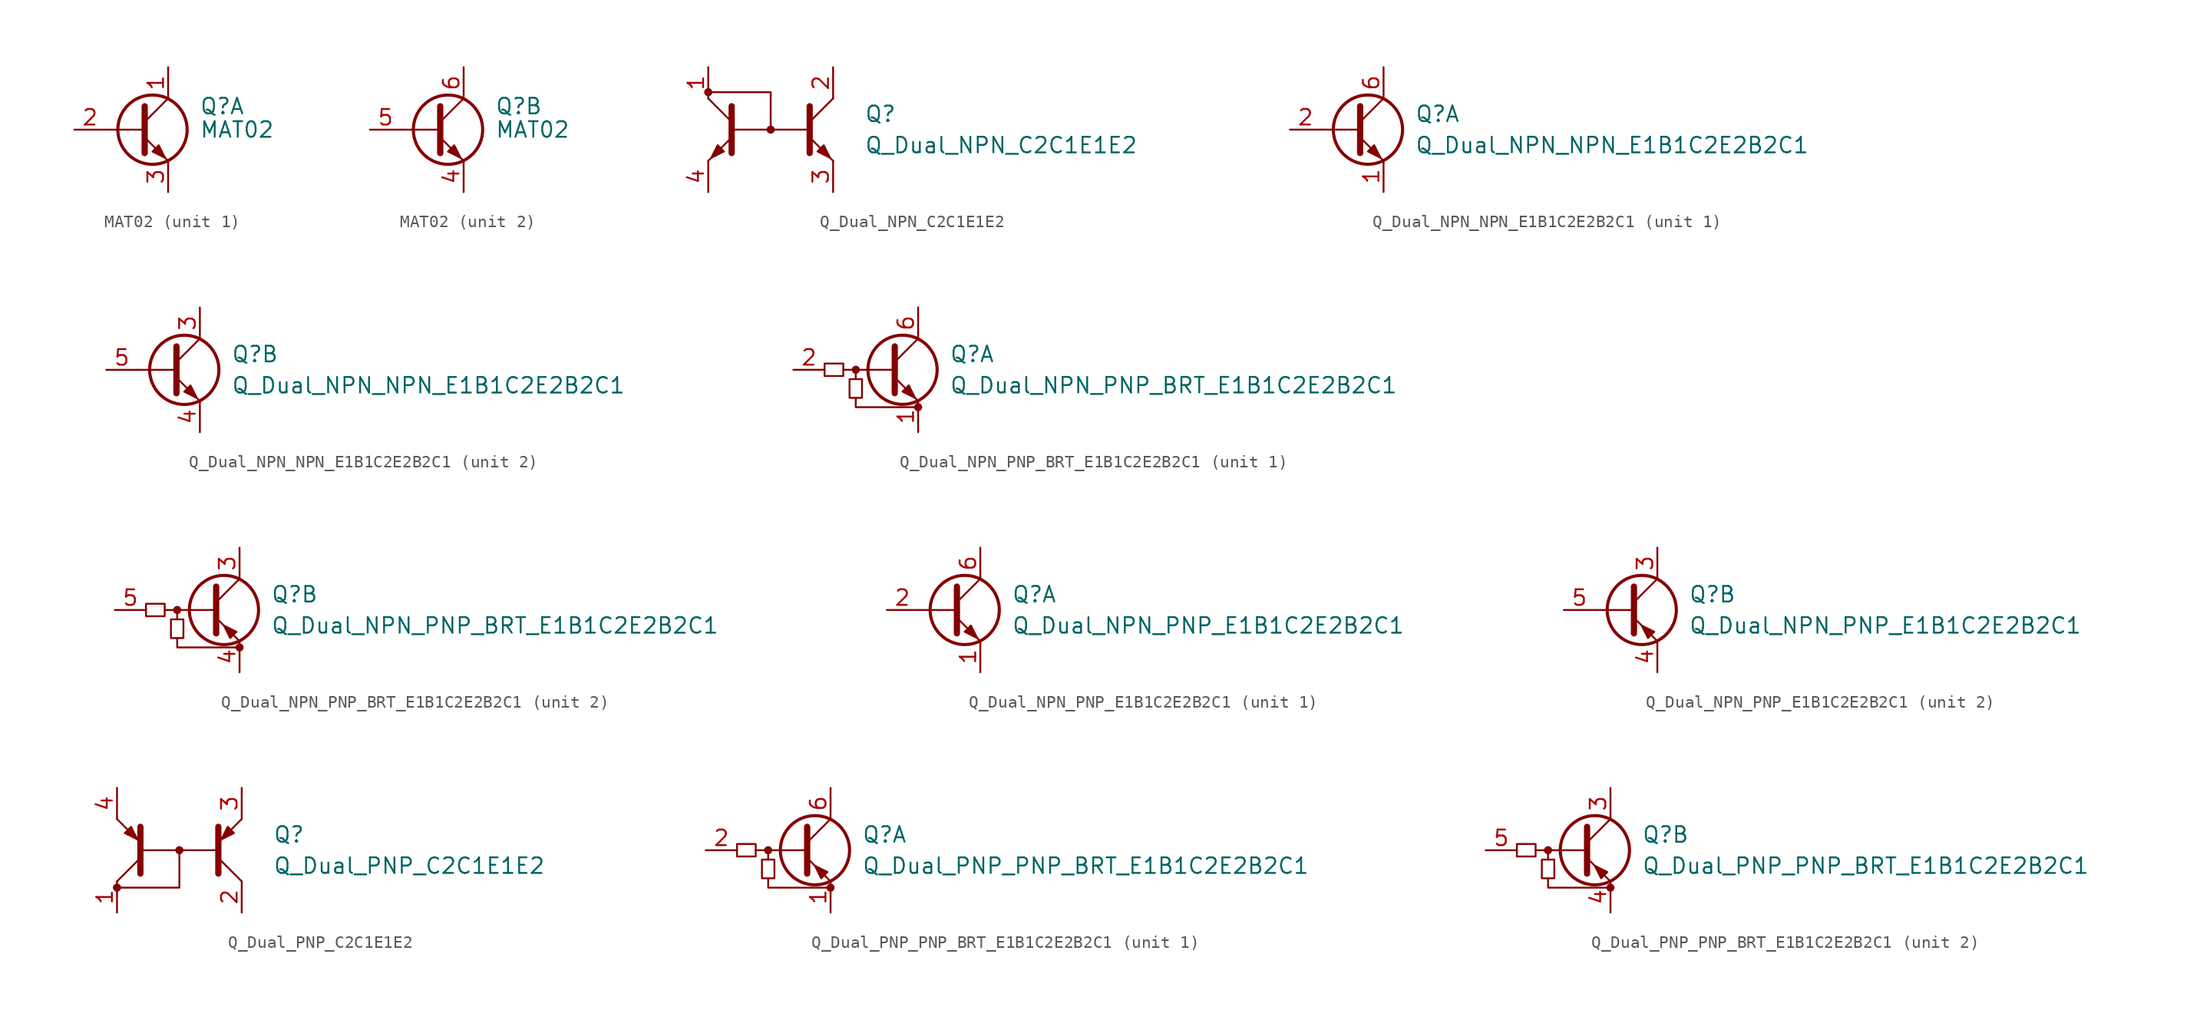
<source format=kicad_sym>
(kicad_symbol_lib
  (version 20241209)
  (generator "kicad_symbol_editor")
  (generator_version "9.0")
  (symbol "MAT02"
    (pin_names
      (offset 0)
      (hide yes))
    (property "Reference" "Q"
      (at 5.08 1.905 0)
      (effects (font (size 1.27 1.27)) (justify left)))
    (property "Value" "MAT02"
      (at 5.08 0 0)
      (effects (font (size 1.27 1.27)) (justify left)))
    (symbol "MAT02_0_1"
      (polyline (pts (xy -2.54 0) (xy 0.635 0)) (stroke (width 0) (type default)) (fill (type none)))
      (polyline (pts (xy 0.635 1.905) (xy 0.635 -1.905) (xy 0.635 -1.905)) (stroke (width 0.508) (type default)) (fill (type none)))
      (polyline (pts (xy 0.635 0.635) (xy 2.54 2.54)) (stroke (width 0) (type default)) (fill (type none)))
      (polyline (pts (xy 0.635 -0.635) (xy 2.54 -2.54) (xy 2.54 -2.54)) (stroke (width 0) (type default)) (fill (type none)))
      (circle (center 1.27 0) (radius 2.819) (stroke (width 0.254) (type default)) (fill (type none)))
      (polyline (pts (xy 1.27 -1.778) (xy 1.778 -1.27) (xy 2.286 -2.286) (xy 1.27 -1.778) (xy 1.27 -1.778)) (stroke (width 0) (type default)) (fill (type outline))))
    (symbol "MAT02_1_1"
      (pin input line (at -5.08 0 0) (length 2.54) (name "B" (effects (font (size 1.27 1.27)))) (number "2" (effects (font (size 1.27 1.27)))))
      (pin passive line (at 2.54 5.08 270) (length 2.54) (name "C" (effects (font (size 1.27 1.27)))) (number "1" (effects (font (size 1.27 1.27)))))
      (pin passive line (at 2.54 -5.08 90) (length 2.54) (name "E" (effects (font (size 1.27 1.27)))) (number "3" (effects (font (size 1.27 1.27))))))
    (symbol "MAT02_2_1"
      (pin input line (at -5.08 0 0) (length 2.54) (name "B" (effects (font (size 1.27 1.27)))) (number "5" (effects (font (size 1.27 1.27)))))
      (pin passive line (at 2.54 5.08 270) (length 2.54) (name "C" (effects (font (size 1.27 1.27)))) (number "6" (effects (font (size 1.27 1.27)))))
      (pin passive line (at 2.54 -5.08 90) (length 2.54) (name "E" (effects (font (size 1.27 1.27)))) (number "4" (effects (font (size 1.27 1.27)))))))
  (symbol "Q_Dual_NPN_C2C1E1E2"
    (pin_names
      (offset 0)
      (hide yes))
    (property "Reference" "Q"
      (at 7.62 1.27 0)
      (effects (font (size 1.27 1.27)) (justify left)))
    (property "Value" "Q_Dual_NPN_C2C1E1E2"
      (at 7.62 -1.27 0)
      (effects (font (size 1.27 1.27)) (justify left)))
    (symbol "Q_Dual_NPN_C2C1E1E2_0_1"
      (circle (center -5.08 3.048) (radius 0.254) (stroke (width 0) (type default)) (fill (type outline)))
      (polyline (pts (xy -5.08 2.54) (xy -3.175 0.635)) (stroke (width 0) (type default)) (fill (type none)))
      (polyline (pts (xy -5.08 -2.54) (xy -3.175 -0.635)) (stroke (width 0) (type default)) (fill (type none)))
      (polyline (pts (xy -3.81 -1.778) (xy -4.318 -1.27) (xy -4.826 -2.286) (xy -3.81 -1.778)) (stroke (width 0) (type default)) (fill (type outline)))
      (polyline (pts (xy -3.175 -1.905) (xy -3.175 1.905)) (stroke (width 0.508) (type default)) (fill (type outline)))
      (polyline (pts (xy 0 0) (xy 0 3.048) (xy -5.08 3.048)) (stroke (width 0) (type default)) (fill (type none)))
      (circle (center 0 0) (radius 0.254) (stroke (width 0) (type default)) (fill (type outline)))
      (polyline (pts (xy 3.175 0) (xy -3.175 0)) (stroke (width 0) (type default)) (fill (type none)))
      (polyline (pts (xy 3.175 -1.905) (xy 3.175 1.905)) (stroke (width 0.508) (type default)) (fill (type outline)))
      (polyline (pts (xy 3.81 -1.778) (xy 4.318 -1.27) (xy 4.826 -2.286) (xy 3.81 -1.778)) (stroke (width 0) (type default)) (fill (type outline)))
      (polyline (pts (xy 5.08 2.54) (xy 3.175 0.635)) (stroke (width 0) (type default)) (fill (type none)))
      (polyline (pts (xy 5.08 -2.54) (xy 3.175 -0.635)) (stroke (width 0) (type default)) (fill (type none))))
    (symbol "Q_Dual_NPN_C2C1E1E2_1_1"
      (pin passive line (at -5.08 5.08 270) (length 2.54) (name "C2" (effects (font (size 1.27 1.27)))) (number "1" (effects (font (size 1.27 1.27)))))
      (pin passive line (at -5.08 -5.08 90) (length 2.54) (name "E2" (effects (font (size 1.27 1.27)))) (number "4" (effects (font (size 1.27 1.27)))))
      (pin passive line (at 5.08 5.08 270) (length 2.54) (name "C1" (effects (font (size 1.27 1.27)))) (number "2" (effects (font (size 1.27 1.27)))))
      (pin passive line (at 5.08 -5.08 90) (length 2.54) (name "E1" (effects (font (size 1.27 1.27)))) (number "3" (effects (font (size 1.27 1.27)))))))
  (symbol "Q_Dual_NPN_NPN_E1B1C2E2B2C1"
    (pin_names
      (offset 0)
      (hide yes))
    (property "Reference" "Q"
      (at 5.08 1.27 0)
      (effects (font (size 1.27 1.27)) (justify left)))
    (property "Value" "Q_Dual_NPN_NPN_E1B1C2E2B2C1"
      (at 5.08 -1.27 0)
      (effects (font (size 1.27 1.27)) (justify left)))
    (property "ki_locked" ""
      (at 0 0 0)
      (effects (font (size 1.27 1.27))))
    (symbol "Q_Dual_NPN_NPN_E1B1C2E2B2C1_0_1"
      (polyline (pts (xy 0.635 1.905) (xy 0.635 -1.905)) (stroke (width 0.508) (type default)) (fill (type none)))
      (polyline (pts (xy 0.635 0.635) (xy 2.54 2.54)) (stroke (width 0) (type default)) (fill (type none)))
      (polyline (pts (xy 0.635 0) (xy -2.54 0)) (stroke (width 0) (type default)) (fill (type none)))
      (polyline (pts (xy 0.635 -0.635) (xy 2.54 -2.54)) (stroke (width 0) (type default)) (fill (type none)))
      (circle (center 1.27 0) (radius 2.819) (stroke (width 0.254) (type default)) (fill (type none)))
      (polyline (pts (xy 1.27 -1.778) (xy 1.778 -1.27) (xy 2.286 -2.286) (xy 1.27 -1.778)) (stroke (width 0) (type default)) (fill (type outline))))
    (symbol "Q_Dual_NPN_NPN_E1B1C2E2B2C1_1_1"
      (pin input line (at -5.08 0 0) (length 2.54) (name "B1" (effects (font (size 1.27 1.27)))) (number "2" (effects (font (size 1.27 1.27)))))
      (pin passive line (at 2.54 5.08 270) (length 2.54) (name "C1" (effects (font (size 1.27 1.27)))) (number "6" (effects (font (size 1.27 1.27)))))
      (pin passive line (at 2.54 -5.08 90) (length 2.54) (name "E1" (effects (font (size 1.27 1.27)))) (number "1" (effects (font (size 1.27 1.27))))))
    (symbol "Q_Dual_NPN_NPN_E1B1C2E2B2C1_2_1"
      (pin input line (at -5.08 0 0) (length 2.54) (name "B2" (effects (font (size 1.27 1.27)))) (number "5" (effects (font (size 1.27 1.27)))))
      (pin passive line (at 2.54 5.08 270) (length 2.54) (name "C2" (effects (font (size 1.27 1.27)))) (number "3" (effects (font (size 1.27 1.27)))))
      (pin passive line (at 2.54 -5.08 90) (length 2.54) (name "E2" (effects (font (size 1.27 1.27)))) (number "4" (effects (font (size 1.27 1.27)))))))
  (symbol "Q_Dual_NPN_PNP_BRT_E1B1C2E2B2C1"
    (pin_names
      (hide yes))
    (property "Reference" "Q"
      (at 3.81 1.27 0)
      (effects (font (size 1.27 1.27)) (justify left)))
    (property "Value" "Q_Dual_NPN_PNP_BRT_E1B1C2E2B2C1"
      (at 3.81 -1.27 0)
      (effects (font (size 1.27 1.27)) (justify left)))
    (symbol "Q_Dual_NPN_PNP_BRT_E1B1C2E2B2C1_0_1"
      (rectangle (start -6.35 0.508) (end -4.826 -0.508) (stroke (width 0) (type default)) (fill (type none)))
      (rectangle (start -4.318 -2.286) (end -3.302 -0.762) (stroke (width 0) (type default)) (fill (type none)))
      (circle (center -3.81 0) (radius 0.254) (stroke (width 0) (type default)) (fill (type outline)))
      (polyline (pts (xy -3.81 -0.762) (xy -3.81 0)) (stroke (width 0) (type default)) (fill (type none)))
      (polyline (pts (xy -3.81 -2.286) (xy -3.81 -3.048) (xy 1.27 -3.048)) (stroke (width 0) (type default)) (fill (type none)))
      (polyline (pts (xy -0.762 0) (xy -4.826 0)) (stroke (width 0) (type default)) (fill (type none)))
      (polyline (pts (xy -0.635 1.905) (xy -0.635 -1.905)) (stroke (width 0.508) (type default)) (fill (type none)))
      (polyline (pts (xy -0.635 0.635) (xy 1.27 2.54)) (stroke (width 0) (type default)) (fill (type none)))
      (polyline (pts (xy -0.635 -0.635) (xy 1.27 -2.54)) (stroke (width 0) (type default)) (fill (type none)))
      (circle (center 1.27 -3.048) (radius 0.254) (stroke (width 0) (type default)) (fill (type outline))))
    (symbol "Q_Dual_NPN_PNP_BRT_E1B1C2E2B2C1_1_1"
      (circle (center 0 0) (radius 2.819) (stroke (width 0.254) (type default)) (fill (type none)))
      (polyline (pts (xy 0 -1.778) (xy 0.508 -1.27) (xy 1.016 -2.286) (xy 0 -1.778)) (stroke (width 0) (type default)) (fill (type outline)))
      (pin input line (at -8.89 0 0) (length 2.54) (name "B1" (effects (font (size 1.27 1.27)))) (number "2" (effects (font (size 1.27 1.27)))))
      (pin passive line (at 1.27 5.08 270) (length 2.54) (name "C1" (effects (font (size 1.27 1.27)))) (number "6" (effects (font (size 1.27 1.27)))))
      (pin passive line (at 1.27 -5.08 90) (length 2.54) (name "E1" (effects (font (size 1.27 1.27)))) (number "1" (effects (font (size 1.27 1.27))))))
    (symbol "Q_Dual_NPN_PNP_BRT_E1B1C2E2B2C1_2_1"
      (circle (center 0 0) (radius 2.819) (stroke (width 0.254) (type default)) (fill (type none)))
      (polyline (pts (xy 1.016 -1.778) (xy 0.508 -2.286) (xy 0 -1.27) (xy 1.016 -1.778)) (stroke (width 0) (type default)) (fill (type outline)))
      (pin input line (at -8.89 0 0) (length 2.54) (name "B2" (effects (font (size 1.27 1.27)))) (number "5" (effects (font (size 1.27 1.27)))))
      (pin passive line (at 1.27 5.08 270) (length 2.54) (name "C2" (effects (font (size 1.27 1.27)))) (number "3" (effects (font (size 1.27 1.27)))))
      (pin passive line (at 1.27 -5.08 90) (length 2.54) (name "E2" (effects (font (size 1.27 1.27)))) (number "4" (effects (font (size 1.27 1.27)))))))
  (symbol "Q_Dual_NPN_PNP_E1B1C2E2B2C1"
    (pin_names
      (offset 0)
      (hide yes))
    (property "Reference" "Q"
      (at 5.08 1.27 0)
      (effects (font (size 1.27 1.27)) (justify left)))
    (property "Value" "Q_Dual_NPN_PNP_E1B1C2E2B2C1"
      (at 5.08 -1.27 0)
      (effects (font (size 1.27 1.27)) (justify left)))
    (property "ki_locked" ""
      (at 0 0 0)
      (effects (font (size 1.27 1.27))))
    (symbol "Q_Dual_NPN_PNP_E1B1C2E2B2C1_0_1"
      (polyline (pts (xy 0.635 1.905) (xy 0.635 -1.905)) (stroke (width 0.508) (type default)) (fill (type none)))
      (polyline (pts (xy 0.635 0.635) (xy 2.54 2.54)) (stroke (width 0) (type default)) (fill (type none)))
      (polyline (pts (xy 0.635 0) (xy -2.54 0)) (stroke (width 0) (type default)) (fill (type none)))
      (polyline (pts (xy 0.635 -0.635) (xy 2.54 -2.54)) (stroke (width 0) (type default)) (fill (type none)))
      (circle (center 1.27 0) (radius 2.819) (stroke (width 0.254) (type default)) (fill (type none))))
    (symbol "Q_Dual_NPN_PNP_E1B1C2E2B2C1_1_1"
      (polyline (pts (xy 1.27 -1.778) (xy 1.778 -1.27) (xy 2.286 -2.286) (xy 1.27 -1.778)) (stroke (width 0) (type default)) (fill (type outline)))
      (pin input line (at -5.08 0 0) (length 2.54) (name "B1" (effects (font (size 1.27 1.27)))) (number "2" (effects (font (size 1.27 1.27)))))
      (pin passive line (at 2.54 5.08 270) (length 2.54) (name "C1" (effects (font (size 1.27 1.27)))) (number "6" (effects (font (size 1.27 1.27)))))
      (pin passive line (at 2.54 -5.08 90) (length 2.54) (name "E1" (effects (font (size 1.27 1.27)))) (number "1" (effects (font (size 1.27 1.27))))))
    (symbol "Q_Dual_NPN_PNP_E1B1C2E2B2C1_2_1"
      (polyline (pts (xy 2.286 -1.778) (xy 1.778 -2.286) (xy 1.27 -1.27) (xy 2.286 -1.778)) (stroke (width 0) (type default)) (fill (type outline)))
      (pin input line (at -5.08 0 0) (length 2.54) (name "B2" (effects (font (size 1.27 1.27)))) (number "5" (effects (font (size 1.27 1.27)))))
      (pin passive line (at 2.54 5.08 270) (length 2.54) (name "C2" (effects (font (size 1.27 1.27)))) (number "3" (effects (font (size 1.27 1.27)))))
      (pin passive line (at 2.54 -5.08 90) (length 2.54) (name "E2" (effects (font (size 1.27 1.27)))) (number "4" (effects (font (size 1.27 1.27)))))))
  (symbol "Q_Dual_PNP_C2C1E1E2"
    (pin_names
      (offset 0)
      (hide yes))
    (property "Reference" "Q"
      (at 7.62 1.27 0)
      (effects (font (size 1.27 1.27)) (justify left)))
    (property "Value" "Q_Dual_PNP_C2C1E1E2"
      (at 7.62 -1.27 0)
      (effects (font (size 1.27 1.27)) (justify left)))
    (symbol "Q_Dual_PNP_C2C1E1E2_0_1"
      (polyline (pts (xy -5.08 2.54) (xy -3.175 0.635)) (stroke (width 0) (type default)) (fill (type none)))
      (polyline (pts (xy -5.08 -2.54) (xy -3.175 -0.635)) (stroke (width 0) (type default)) (fill (type none)))
      (circle (center -5.08 -3.048) (radius 0.254) (stroke (width 0) (type default)) (fill (type outline)))
      (polyline (pts (xy -3.937 1.905) (xy -4.445 1.397) (xy -3.429 0.889) (xy -3.937 1.905)) (stroke (width 0) (type default)) (fill (type outline)))
      (polyline (pts (xy -3.175 -1.905) (xy -3.175 1.905)) (stroke (width 0.508) (type default)) (fill (type outline)))
      (polyline (pts (xy 0 0) (xy 0 -3.048) (xy -5.08 -3.048)) (stroke (width 0) (type default)) (fill (type none)))
      (circle (center 0 0) (radius 0.254) (stroke (width 0) (type default)) (fill (type outline)))
      (polyline (pts (xy 3.175 0) (xy -3.175 0)) (stroke (width 0) (type default)) (fill (type none)))
      (polyline (pts (xy 3.175 -1.905) (xy 3.175 1.905)) (stroke (width 0.508) (type default)) (fill (type outline)))
      (polyline (pts (xy 3.937 1.905) (xy 4.445 1.397) (xy 3.429 0.889) (xy 3.937 1.905)) (stroke (width 0) (type default)) (fill (type outline)))
      (polyline (pts (xy 5.08 2.54) (xy 3.175 0.635)) (stroke (width 0) (type default)) (fill (type none)))
      (polyline (pts (xy 5.08 -2.54) (xy 3.175 -0.635)) (stroke (width 0) (type default)) (fill (type none))))
    (symbol "Q_Dual_PNP_C2C1E1E2_1_1"
      (pin passive line (at -5.08 5.08 270) (length 2.54) (name "E2" (effects (font (size 1.27 1.27)))) (number "4" (effects (font (size 1.27 1.27)))))
      (pin passive line (at -5.08 -5.08 90) (length 2.54) (name "C2" (effects (font (size 1.27 1.27)))) (number "1" (effects (font (size 1.27 1.27)))))
      (pin passive line (at 5.08 5.08 270) (length 2.54) (name "E1" (effects (font (size 1.27 1.27)))) (number "3" (effects (font (size 1.27 1.27)))))
      (pin passive line (at 5.08 -5.08 90) (length 2.54) (name "C1" (effects (font (size 1.27 1.27)))) (number "2" (effects (font (size 1.27 1.27)))))))
  (symbol "Q_Dual_PNP_PNP_BRT_E1B1C2E2B2C1"
    (pin_names
      (hide yes))
    (property "Reference" "Q"
      (at 3.81 1.27 0)
      (effects (font (size 1.27 1.27)) (justify left)))
    (property "Value" "Q_Dual_PNP_PNP_BRT_E1B1C2E2B2C1"
      (at 3.81 -1.27 0)
      (effects (font (size 1.27 1.27)) (justify left)))
    (symbol "Q_Dual_PNP_PNP_BRT_E1B1C2E2B2C1_0_1"
      (rectangle (start -6.35 0.508) (end -4.826 -0.508) (stroke (width 0) (type default)) (fill (type none)))
      (rectangle (start -4.318 -0.762) (end -3.302 -2.286) (stroke (width 0) (type default)) (fill (type none)))
      (circle (center -3.81 0) (radius 0.254) (stroke (width 0) (type default)) (fill (type outline)))
      (polyline (pts (xy -3.81 -0.762) (xy -3.81 0)) (stroke (width 0) (type default)) (fill (type none)))
      (polyline (pts (xy -3.81 -2.286) (xy -3.81 -3.048) (xy 1.27 -3.048)) (stroke (width 0) (type default)) (fill (type none)))
      (polyline (pts (xy -0.762 0) (xy -4.826 0)) (stroke (width 0) (type default)) (fill (type none)))
      (polyline (pts (xy -0.635 1.905) (xy -0.635 -1.905)) (stroke (width 0.508) (type default)) (fill (type none)))
      (polyline (pts (xy -0.635 0.635) (xy 1.27 2.54)) (stroke (width 0) (type default)) (fill (type none)))
      (polyline (pts (xy -0.635 -0.635) (xy 1.27 -2.54)) (stroke (width 0) (type default)) (fill (type none)))
      (polyline (pts (xy 1.016 -1.778) (xy 0.508 -2.286) (xy 0 -1.27) (xy 1.016 -1.778)) (stroke (width 0) (type default)) (fill (type outline)))
      (circle (center 1.27 -3.048) (radius 0.254) (stroke (width 0) (type default)) (fill (type outline))))
    (symbol "Q_Dual_PNP_PNP_BRT_E1B1C2E2B2C1_1_1"
      (circle (center 0 0) (radius 2.819) (stroke (width 0.254) (type default)) (fill (type none)))
      (pin input line (at -8.89 0 0) (length 2.54) (name "B1" (effects (font (size 1.27 1.27)))) (number "2" (effects (font (size 1.27 1.27)))))
      (pin passive line (at 1.27 5.08 270) (length 2.54) (name "C1" (effects (font (size 1.27 1.27)))) (number "6" (effects (font (size 1.27 1.27)))))
      (pin passive line (at 1.27 -5.08 90) (length 2.54) (name "E1" (effects (font (size 1.27 1.27)))) (number "1" (effects (font (size 1.27 1.27))))))
    (symbol "Q_Dual_PNP_PNP_BRT_E1B1C2E2B2C1_2_1"
      (circle (center 0 0) (radius 2.819) (stroke (width 0.254) (type default)) (fill (type none)))
      (pin input line (at -8.89 0 0) (length 2.54) (name "B2" (effects (font (size 1.27 1.27)))) (number "5" (effects (font (size 1.27 1.27)))))
      (pin passive line (at 1.27 5.08 270) (length 2.54) (name "C2" (effects (font (size 1.27 1.27)))) (number "3" (effects (font (size 1.27 1.27)))))
      (pin passive line (at 1.27 -5.08 90) (length 2.54) (name "E2" (effects (font (size 1.27 1.27)))) (number "4" (effects (font (size 1.27 1.27))))))))
</source>
